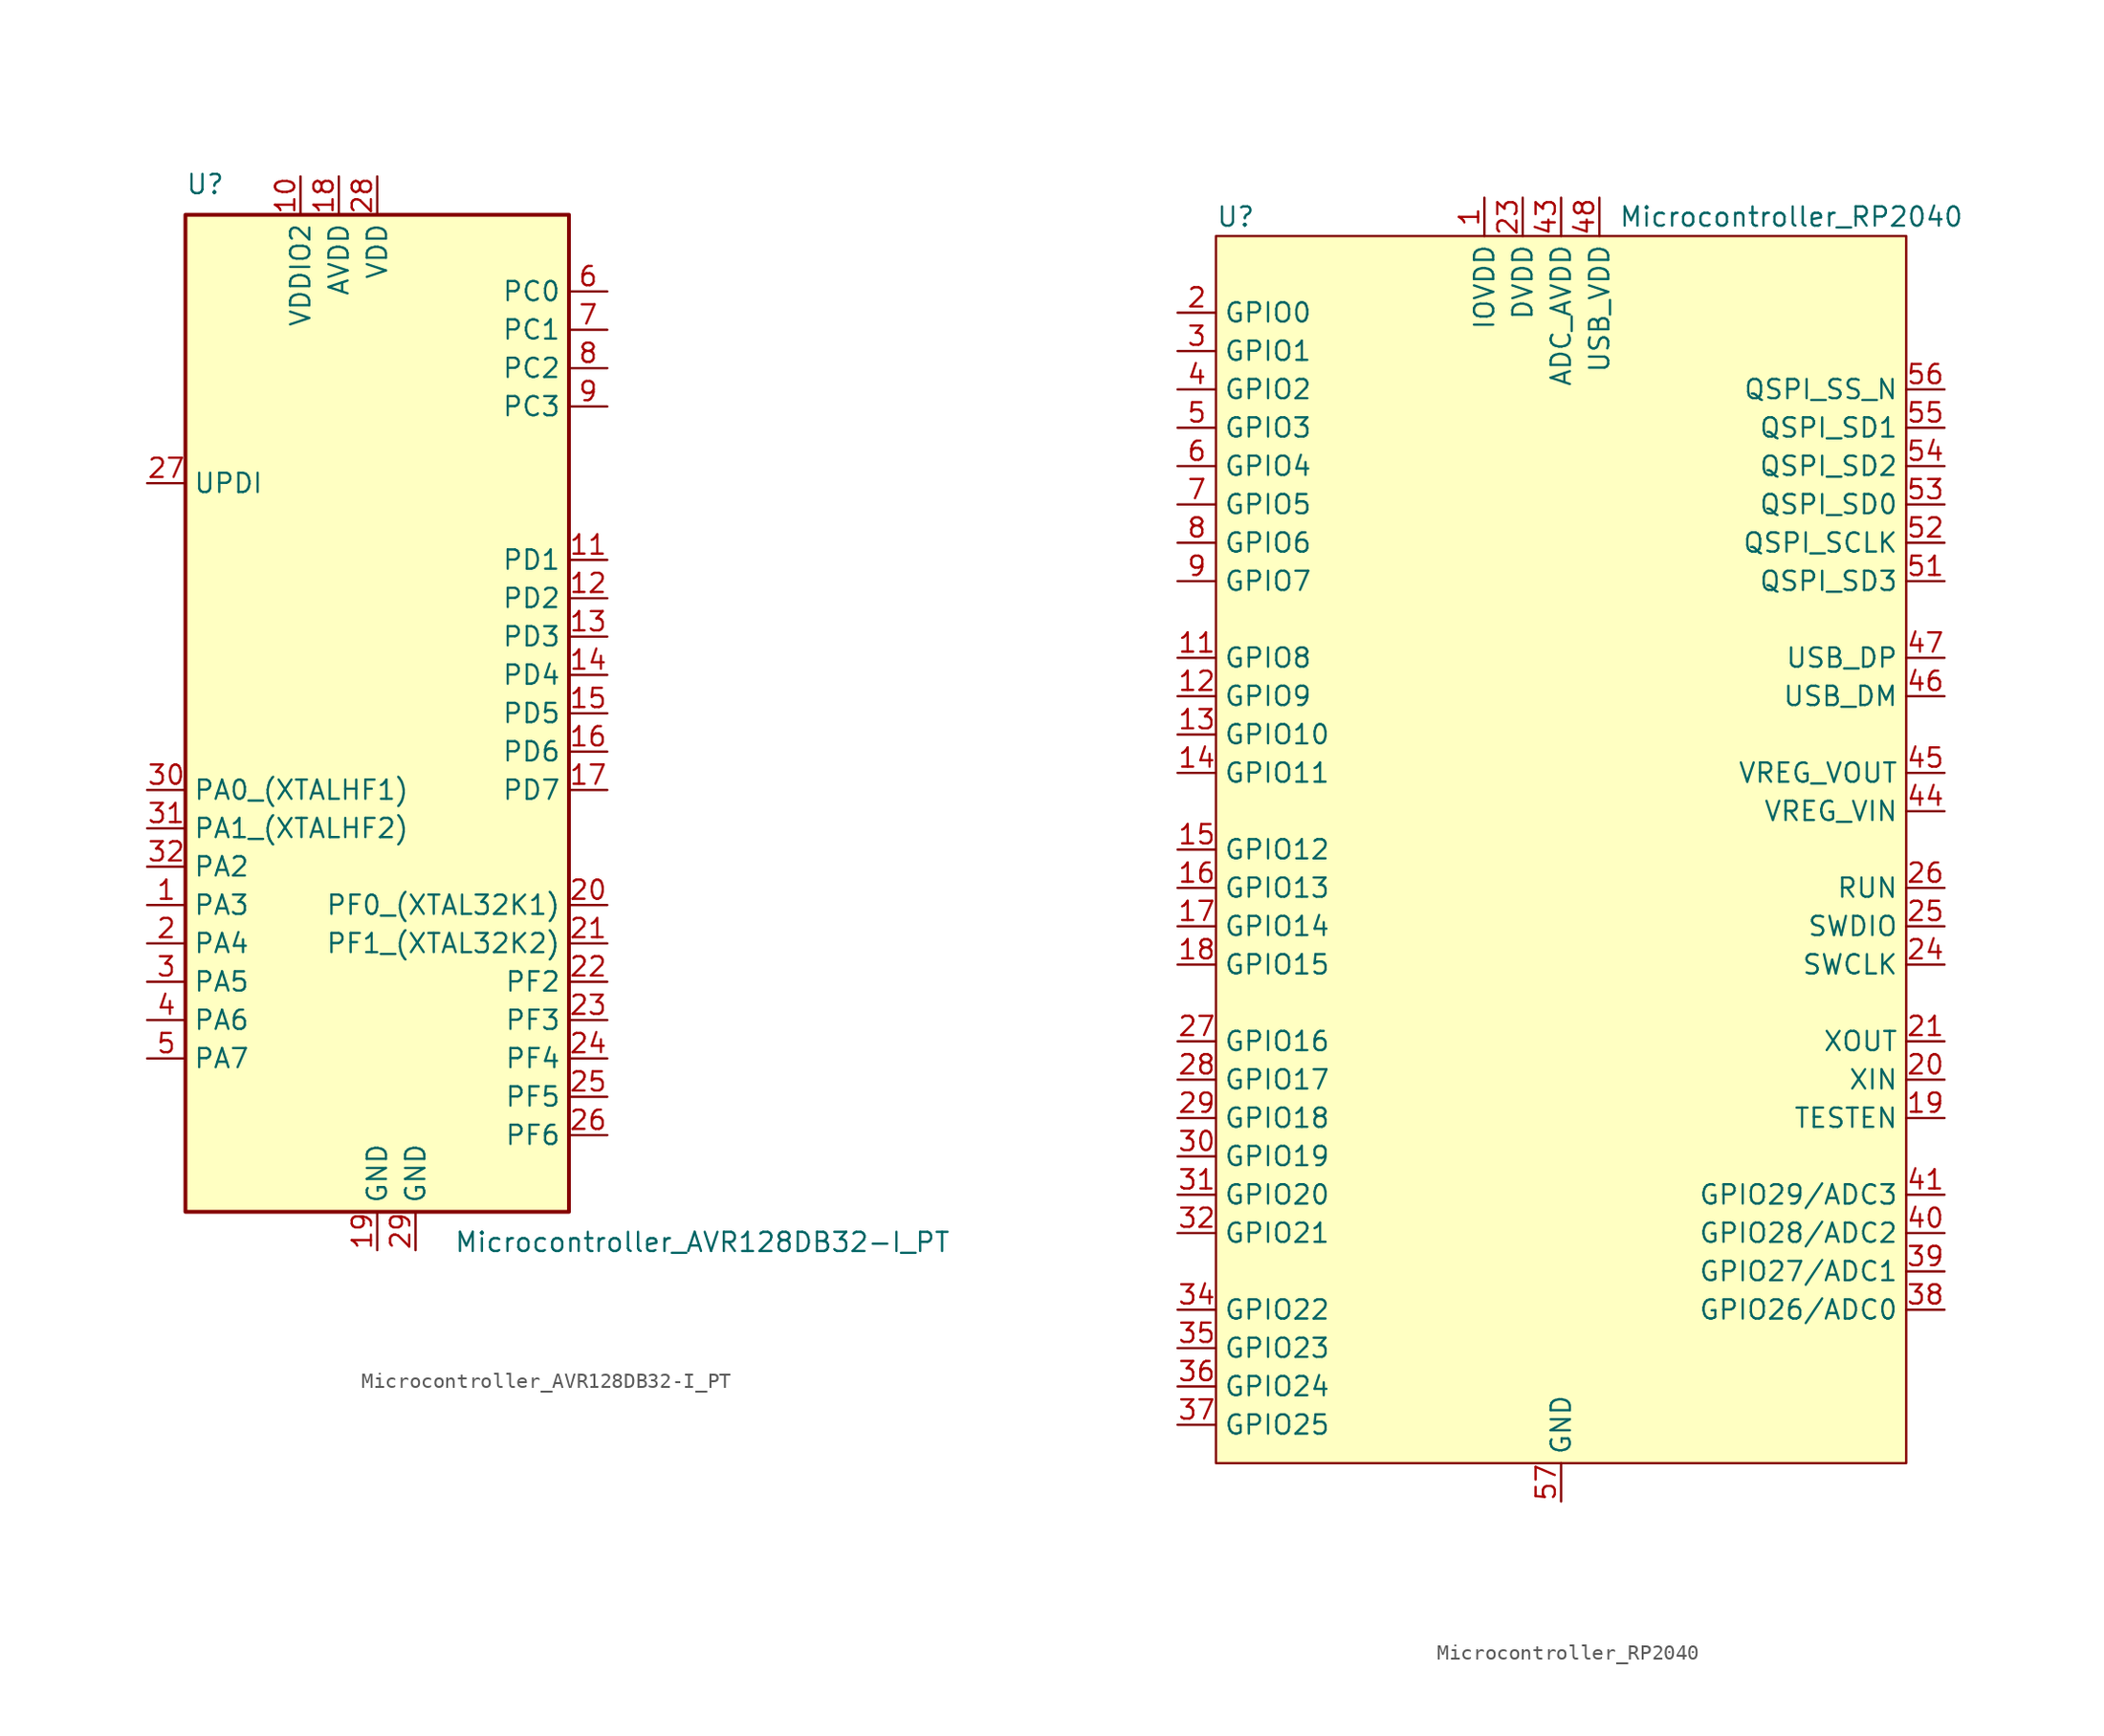
<source format=kicad_sym>
(kicad_symbol_lib
  (version 20231120)
  (generator "kicad_symbol_editor")
  (generator_version "8.0")
  (symbol "Microcontroller_AVR128DB32-I_PT"
    (property "Reference" "U"
      (at -12.7 34.29 0)
      (effects (font (size 1.27 1.27)) (justify left bottom)))
    (property "Value" "Microcontroller_AVR128DB32-I_PT"
      (at 5.08 -34.29 0)
      (effects (font (size 1.27 1.27)) (justify left top)))
    (symbol "Microcontroller_AVR128DB32-I_PT_0_1"
      (rectangle (start -12.7 -33.02) (end 12.7 33.02) (stroke (width 0.254) (type default)) (fill (type background))))
    (symbol "Microcontroller_AVR128DB32-I_PT_1_1"
      (pin bidirectional line (at -15.24 -12.7 0) (length 2.54) (name "PA3" (effects (font (size 1.27 1.27)))) (number "1" (effects (font (size 1.27 1.27)))))
      (pin power_in line (at -5.08 35.56 270) (length 2.54) (name "VDDIO2" (effects (font (size 1.27 1.27)))) (number "10" (effects (font (size 1.27 1.27)))))
      (pin bidirectional line (at 15.24 10.16 180) (length 2.54) (name "PD1" (effects (font (size 1.27 1.27)))) (number "11" (effects (font (size 1.27 1.27)))))
      (pin bidirectional line (at 15.24 7.62 180) (length 2.54) (name "PD2" (effects (font (size 1.27 1.27)))) (number "12" (effects (font (size 1.27 1.27)))))
      (pin bidirectional line (at 15.24 5.08 180) (length 2.54) (name "PD3" (effects (font (size 1.27 1.27)))) (number "13" (effects (font (size 1.27 1.27)))))
      (pin bidirectional line (at 15.24 2.54 180) (length 2.54) (name "PD4" (effects (font (size 1.27 1.27)))) (number "14" (effects (font (size 1.27 1.27)))))
      (pin bidirectional line (at 15.24 0 180) (length 2.54) (name "PD5" (effects (font (size 1.27 1.27)))) (number "15" (effects (font (size 1.27 1.27)))))
      (pin bidirectional line (at 15.24 -2.54 180) (length 2.54) (name "PD6" (effects (font (size 1.27 1.27)))) (number "16" (effects (font (size 1.27 1.27)))))
      (pin bidirectional line (at 15.24 -5.08 180) (length 2.54) (name "PD7" (effects (font (size 1.27 1.27)))) (number "17" (effects (font (size 1.27 1.27)))))
      (pin power_in line (at -2.54 35.56 270) (length 2.54) (name "AVDD" (effects (font (size 1.27 1.27)))) (number "18" (effects (font (size 1.27 1.27)))))
      (pin power_in line (at 0 -35.56 90) (length 2.54) (name "GND" (effects (font (size 1.27 1.27)))) (number "19" (effects (font (size 1.27 1.27)))))
      (pin bidirectional line (at -15.24 -15.24 0) (length 2.54) (name "PA4" (effects (font (size 1.27 1.27)))) (number "2" (effects (font (size 1.27 1.27)))))
      (pin bidirectional line (at 15.24 -12.7 180) (length 2.54) (name "PF0_(XTAL32K1)" (effects (font (size 1.27 1.27)))) (number "20" (effects (font (size 1.27 1.27)))))
      (pin bidirectional line (at 15.24 -15.24 180) (length 2.54) (name "PF1_(XTAL32K2)" (effects (font (size 1.27 1.27)))) (number "21" (effects (font (size 1.27 1.27)))))
      (pin bidirectional line (at 15.24 -17.78 180) (length 2.54) (name "PF2" (effects (font (size 1.27 1.27)))) (number "22" (effects (font (size 1.27 1.27)))))
      (pin bidirectional line (at 15.24 -20.32 180) (length 2.54) (name "PF3" (effects (font (size 1.27 1.27)))) (number "23" (effects (font (size 1.27 1.27)))))
      (pin bidirectional line (at 15.24 -22.86 180) (length 2.54) (name "PF4" (effects (font (size 1.27 1.27)))) (number "24" (effects (font (size 1.27 1.27)))))
      (pin bidirectional line (at 15.24 -25.4 180) (length 2.54) (name "PF5" (effects (font (size 1.27 1.27)))) (number "25" (effects (font (size 1.27 1.27)))))
      (pin bidirectional line (at 15.24 -27.94 180) (length 2.54) (name "PF6" (effects (font (size 1.27 1.27)))) (number "26" (effects (font (size 1.27 1.27)))))
      (pin bidirectional line (at -15.24 15.24 0) (length 2.54) (name "UPDI" (effects (font (size 1.27 1.27)))) (number "27" (effects (font (size 1.27 1.27)))))
      (pin power_in line (at 0 35.56 270) (length 2.54) (name "VDD" (effects (font (size 1.27 1.27)))) (number "28" (effects (font (size 1.27 1.27)))))
      (pin power_in line (at 2.54 -35.56 90) (length 2.54) (name "GND" (effects (font (size 1.27 1.27)))) (number "29" (effects (font (size 1.27 1.27)))))
      (pin bidirectional line (at -15.24 -17.78 0) (length 2.54) (name "PA5" (effects (font (size 1.27 1.27)))) (number "3" (effects (font (size 1.27 1.27)))))
      (pin bidirectional line (at -15.24 -5.08 0) (length 2.54) (name "PA0_(XTALHF1)" (effects (font (size 1.27 1.27)))) (number "30" (effects (font (size 1.27 1.27)))))
      (pin bidirectional line (at -15.24 -7.62 0) (length 2.54) (name "PA1_(XTALHF2)" (effects (font (size 1.27 1.27)))) (number "31" (effects (font (size 1.27 1.27)))))
      (pin bidirectional line (at -15.24 -10.16 0) (length 2.54) (name "PA2" (effects (font (size 1.27 1.27)))) (number "32" (effects (font (size 1.27 1.27)))))
      (pin bidirectional line (at -15.24 -20.32 0) (length 2.54) (name "PA6" (effects (font (size 1.27 1.27)))) (number "4" (effects (font (size 1.27 1.27)))))
      (pin bidirectional line (at -15.24 -22.86 0) (length 2.54) (name "PA7" (effects (font (size 1.27 1.27)))) (number "5" (effects (font (size 1.27 1.27)))))
      (pin bidirectional line (at 15.24 27.94 180) (length 2.54) (name "PC0" (effects (font (size 1.27 1.27)))) (number "6" (effects (font (size 1.27 1.27)))))
      (pin bidirectional line (at 15.24 25.4 180) (length 2.54) (name "PC1" (effects (font (size 1.27 1.27)))) (number "7" (effects (font (size 1.27 1.27)))))
      (pin bidirectional line (at 15.24 22.86 180) (length 2.54) (name "PC2" (effects (font (size 1.27 1.27)))) (number "8" (effects (font (size 1.27 1.27)))))
      (pin bidirectional line (at 15.24 20.32 180) (length 2.54) (name "PC3" (effects (font (size 1.27 1.27)))) (number "9" (effects (font (size 1.27 1.27)))))))
  (symbol "Microcontroller_RP2040"
    (property "Reference" "U"
      (at -22.86 41.91 0)
      (effects (font (size 1.27 1.27)) (justify left)))
    (property "Value" "Microcontroller_RP2040"
      (at 3.81 41.91 0)
      (effects (font (size 1.27 1.27)) (justify left)))
    (symbol "Microcontroller_RP2040_1_1"
      (rectangle (start -22.86 40.64) (end 22.86 -40.64) (stroke (width 0) (type default)) (fill (type background)))
      (pin power_in line (at -5.08 43.18 270) (length 2.54) (name "IOVDD" (effects (font (size 1.27 1.27)))) (number "1" (effects (font (size 1.27 1.27)))))
      (pin passive line (at -5.08 43.18 270) (length 2.54) hide (name "IOVDD" (effects (font (size 1.27 1.27)))) (number "10" (effects (font (size 1.27 1.27)))))
      (pin bidirectional line (at -25.4 12.7 0) (length 2.54) (name "GPIO8" (effects (font (size 1.27 1.27)))) (number "11" (effects (font (size 1.27 1.27)))))
      (pin bidirectional line (at -25.4 10.16 0) (length 2.54) (name "GPIO9" (effects (font (size 1.27 1.27)))) (number "12" (effects (font (size 1.27 1.27)))))
      (pin bidirectional line (at -25.4 7.62 0) (length 2.54) (name "GPIO10" (effects (font (size 1.27 1.27)))) (number "13" (effects (font (size 1.27 1.27)))))
      (pin bidirectional line (at -25.4 5.08 0) (length 2.54) (name "GPIO11" (effects (font (size 1.27 1.27)))) (number "14" (effects (font (size 1.27 1.27)))))
      (pin bidirectional line (at -25.4 0 0) (length 2.54) (name "GPIO12" (effects (font (size 1.27 1.27)))) (number "15" (effects (font (size 1.27 1.27)))))
      (pin bidirectional line (at -25.4 -2.54 0) (length 2.54) (name "GPIO13" (effects (font (size 1.27 1.27)))) (number "16" (effects (font (size 1.27 1.27)))))
      (pin bidirectional line (at -25.4 -5.08 0) (length 2.54) (name "GPIO14" (effects (font (size 1.27 1.27)))) (number "17" (effects (font (size 1.27 1.27)))))
      (pin bidirectional line (at -25.4 -7.62 0) (length 2.54) (name "GPIO15" (effects (font (size 1.27 1.27)))) (number "18" (effects (font (size 1.27 1.27)))))
      (pin input line (at 25.4 -17.78 180) (length 2.54) (name "TESTEN" (effects (font (size 1.27 1.27)))) (number "19" (effects (font (size 1.27 1.27)))))
      (pin bidirectional line (at -25.4 35.56 0) (length 2.54) (name "GPIO0" (effects (font (size 1.27 1.27)))) (number "2" (effects (font (size 1.27 1.27)))))
      (pin input line (at 25.4 -15.24 180) (length 2.54) (name "XIN" (effects (font (size 1.27 1.27)))) (number "20" (effects (font (size 1.27 1.27)))))
      (pin output line (at 25.4 -12.7 180) (length 2.54) (name "XOUT" (effects (font (size 1.27 1.27)))) (number "21" (effects (font (size 1.27 1.27)))))
      (pin passive line (at -5.08 43.18 270) (length 2.54) hide (name "IOVDD" (effects (font (size 1.27 1.27)))) (number "22" (effects (font (size 1.27 1.27)))))
      (pin power_in line (at -2.54 43.18 270) (length 2.54) (name "DVDD" (effects (font (size 1.27 1.27)))) (number "23" (effects (font (size 1.27 1.27)))))
      (pin bidirectional line (at 25.4 -7.62 180) (length 2.54) (name "SWCLK" (effects (font (size 1.27 1.27)))) (number "24" (effects (font (size 1.27 1.27)))))
      (pin bidirectional line (at 25.4 -5.08 180) (length 2.54) (name "SWDIO" (effects (font (size 1.27 1.27)))) (number "25" (effects (font (size 1.27 1.27)))))
      (pin input line (at 25.4 -2.54 180) (length 2.54) (name "RUN" (effects (font (size 1.27 1.27)))) (number "26" (effects (font (size 1.27 1.27)))))
      (pin bidirectional line (at -25.4 -12.7 0) (length 2.54) (name "GPIO16" (effects (font (size 1.27 1.27)))) (number "27" (effects (font (size 1.27 1.27)))))
      (pin bidirectional line (at -25.4 -15.24 0) (length 2.54) (name "GPIO17" (effects (font (size 1.27 1.27)))) (number "28" (effects (font (size 1.27 1.27)))))
      (pin bidirectional line (at -25.4 -17.78 0) (length 2.54) (name "GPIO18" (effects (font (size 1.27 1.27)))) (number "29" (effects (font (size 1.27 1.27)))))
      (pin bidirectional line (at -25.4 33.02 0) (length 2.54) (name "GPIO1" (effects (font (size 1.27 1.27)))) (number "3" (effects (font (size 1.27 1.27)))))
      (pin bidirectional line (at -25.4 -20.32 0) (length 2.54) (name "GPIO19" (effects (font (size 1.27 1.27)))) (number "30" (effects (font (size 1.27 1.27)))))
      (pin bidirectional line (at -25.4 -22.86 0) (length 2.54) (name "GPIO20" (effects (font (size 1.27 1.27)))) (number "31" (effects (font (size 1.27 1.27)))))
      (pin bidirectional line (at -25.4 -25.4 0) (length 2.54) (name "GPIO21" (effects (font (size 1.27 1.27)))) (number "32" (effects (font (size 1.27 1.27)))))
      (pin passive line (at -5.08 43.18 270) (length 2.54) hide (name "IOVDD" (effects (font (size 1.27 1.27)))) (number "33" (effects (font (size 1.27 1.27)))))
      (pin bidirectional line (at -25.4 -30.48 0) (length 2.54) (name "GPIO22" (effects (font (size 1.27 1.27)))) (number "34" (effects (font (size 1.27 1.27)))))
      (pin bidirectional line (at -25.4 -33.02 0) (length 2.54) (name "GPIO23" (effects (font (size 1.27 1.27)))) (number "35" (effects (font (size 1.27 1.27)))))
      (pin bidirectional line (at -25.4 -35.56 0) (length 2.54) (name "GPIO24" (effects (font (size 1.27 1.27)))) (number "36" (effects (font (size 1.27 1.27)))))
      (pin bidirectional line (at -25.4 -38.1 0) (length 2.54) (name "GPIO25" (effects (font (size 1.27 1.27)))) (number "37" (effects (font (size 1.27 1.27)))))
      (pin bidirectional line (at 25.4 -30.48 180) (length 2.54) (name "GPIO26/ADC0" (effects (font (size 1.27 1.27)))) (number "38" (effects (font (size 1.27 1.27)))))
      (pin bidirectional line (at 25.4 -27.94 180) (length 2.54) (name "GPIO27/ADC1" (effects (font (size 1.27 1.27)))) (number "39" (effects (font (size 1.27 1.27)))))
      (pin bidirectional line (at -25.4 30.48 0) (length 2.54) (name "GPIO2" (effects (font (size 1.27 1.27)))) (number "4" (effects (font (size 1.27 1.27)))))
      (pin bidirectional line (at 25.4 -25.4 180) (length 2.54) (name "GPIO28/ADC2" (effects (font (size 1.27 1.27)))) (number "40" (effects (font (size 1.27 1.27)))))
      (pin bidirectional line (at 25.4 -22.86 180) (length 2.54) (name "GPIO29/ADC3" (effects (font (size 1.27 1.27)))) (number "41" (effects (font (size 1.27 1.27)))))
      (pin passive line (at -5.08 43.18 270) (length 2.54) hide (name "IOVDD" (effects (font (size 1.27 1.27)))) (number "42" (effects (font (size 1.27 1.27)))))
      (pin power_in line (at 0 43.18 270) (length 2.54) (name "ADC_AVDD" (effects (font (size 1.27 1.27)))) (number "43" (effects (font (size 1.27 1.27)))))
      (pin input line (at 25.4 2.54 180) (length 2.54) (name "VREG_VIN" (effects (font (size 1.27 1.27)))) (number "44" (effects (font (size 1.27 1.27)))))
      (pin output line (at 25.4 5.08 180) (length 2.54) (name "VREG_VOUT" (effects (font (size 1.27 1.27)))) (number "45" (effects (font (size 1.27 1.27)))))
      (pin power_out line (at 25.4 10.16 180) (length 2.54) (name "USB_DM" (effects (font (size 1.27 1.27)))) (number "46" (effects (font (size 1.27 1.27)))))
      (pin power_out line (at 25.4 12.7 180) (length 2.54) (name "USB_DP" (effects (font (size 1.27 1.27)))) (number "47" (effects (font (size 1.27 1.27)))))
      (pin power_in line (at 2.54 43.18 270) (length 2.54) (name "USB_VDD" (effects (font (size 1.27 1.27)))) (number "48" (effects (font (size 1.27 1.27)))))
      (pin passive line (at -5.08 43.18 270) (length 2.54) hide (name "IOVDD" (effects (font (size 1.27 1.27)))) (number "49" (effects (font (size 1.27 1.27)))))
      (pin bidirectional line (at -25.4 27.94 0) (length 2.54) (name "GPIO3" (effects (font (size 1.27 1.27)))) (number "5" (effects (font (size 1.27 1.27)))))
      (pin passive line (at -2.54 43.18 270) (length 2.54) hide (name "DVDD" (effects (font (size 1.27 1.27)))) (number "50" (effects (font (size 1.27 1.27)))))
      (pin bidirectional line (at 25.4 17.78 180) (length 2.54) (name "QSPI_SD3" (effects (font (size 1.27 1.27)))) (number "51" (effects (font (size 1.27 1.27)))))
      (pin bidirectional line (at 25.4 20.32 180) (length 2.54) (name "QSPI_SCLK" (effects (font (size 1.27 1.27)))) (number "52" (effects (font (size 1.27 1.27)))))
      (pin bidirectional line (at 25.4 22.86 180) (length 2.54) (name "QSPI_SD0" (effects (font (size 1.27 1.27)))) (number "53" (effects (font (size 1.27 1.27)))))
      (pin bidirectional line (at 25.4 25.4 180) (length 2.54) (name "QSPI_SD2" (effects (font (size 1.27 1.27)))) (number "54" (effects (font (size 1.27 1.27)))))
      (pin bidirectional line (at 25.4 27.94 180) (length 2.54) (name "QSPI_SD1" (effects (font (size 1.27 1.27)))) (number "55" (effects (font (size 1.27 1.27)))))
      (pin bidirectional line (at 25.4 30.48 180) (length 2.54) (name "QSPI_SS_N" (effects (font (size 1.27 1.27)))) (number "56" (effects (font (size 1.27 1.27)))))
      (pin power_in line (at 0 -43.18 90) (length 2.54) (name "GND" (effects (font (size 1.27 1.27)))) (number "57" (effects (font (size 1.27 1.27)))))
      (pin bidirectional line (at -25.4 25.4 0) (length 2.54) (name "GPIO4" (effects (font (size 1.27 1.27)))) (number "6" (effects (font (size 1.27 1.27)))))
      (pin bidirectional line (at -25.4 22.86 0) (length 2.54) (name "GPIO5" (effects (font (size 1.27 1.27)))) (number "7" (effects (font (size 1.27 1.27)))))
      (pin bidirectional line (at -25.4 20.32 0) (length 2.54) (name "GPIO6" (effects (font (size 1.27 1.27)))) (number "8" (effects (font (size 1.27 1.27)))))
      (pin bidirectional line (at -25.4 17.78 0) (length 2.54) (name "GPIO7" (effects (font (size 1.27 1.27)))) (number "9" (effects (font (size 1.27 1.27))))))))
</source>
